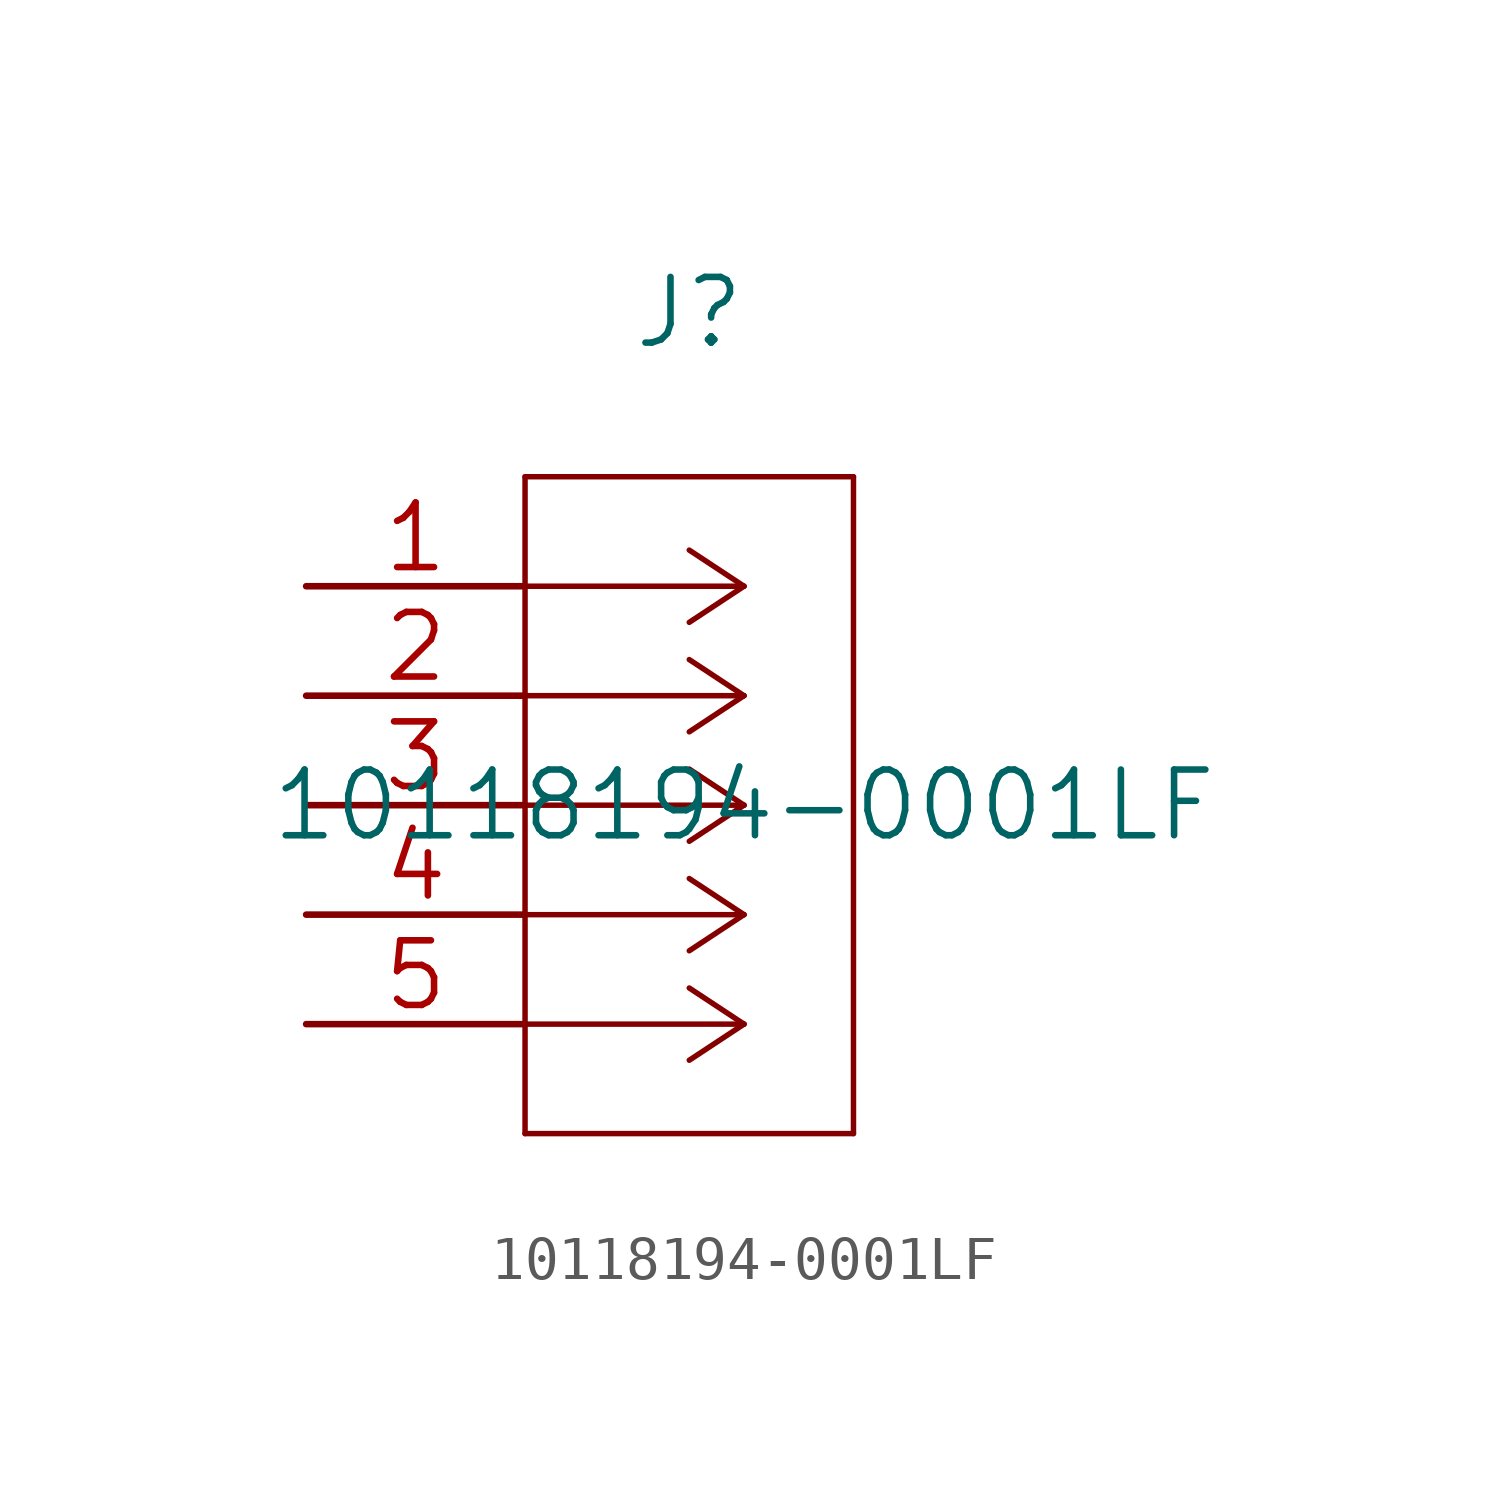
<source format=kicad_sym>
(kicad_symbol_lib
  (version 20201005)
  (generator kicad_symbol_editor)
  (symbol "10118194-0001LF"
    (pin_names
      (offset 0.254) hide)
    (property "Reference" "J"
      (at 8.89 6.35 0)
      (effects (font (size 1.524 1.524))))
    (property "Value" "10118194-0001LF"
      (at 10.16 -5.08 0)
      (effects (font (size 1.524 1.524))))
    (property "Datasheet" ""
      (at 0 0 0)
      (effects (font (size 1.524 1.524))))
    (property "ki_locked" ""
      (at 0 0 0)
      (effects (font (size 1.27 1.27))))
    (symbol "10118194-0001LF_1_1"
      (polyline (pts (xy 5.08 -12.7) (xy 12.7 -12.7)) (stroke (width 0.127)) (fill (type none)))
      (polyline (pts (xy 5.08 2.54) (xy 5.08 -12.7)) (stroke (width 0.127)) (fill (type none)))
      (polyline (pts (xy 10.16 -10.16) (xy 5.08 -10.16)) (stroke (width 0.127)) (fill (type none)))
      (polyline (pts (xy 10.16 -10.16) (xy 8.89 -10.998)) (stroke (width 0.127)) (fill (type none)))
      (polyline (pts (xy 10.16 -10.16) (xy 8.89 -9.322)) (stroke (width 0.127)) (fill (type none)))
      (polyline (pts (xy 10.16 -7.62) (xy 5.08 -7.62)) (stroke (width 0.127)) (fill (type none)))
      (polyline (pts (xy 10.16 -7.62) (xy 8.89 -8.458)) (stroke (width 0.127)) (fill (type none)))
      (polyline (pts (xy 10.16 -7.62) (xy 8.89 -6.782)) (stroke (width 0.127)) (fill (type none)))
      (polyline (pts (xy 10.16 -5.08) (xy 5.08 -5.08)) (stroke (width 0.127)) (fill (type none)))
      (polyline (pts (xy 10.16 -5.08) (xy 8.89 -5.918)) (stroke (width 0.127)) (fill (type none)))
      (polyline (pts (xy 10.16 -5.08) (xy 8.89 -4.242)) (stroke (width 0.127)) (fill (type none)))
      (polyline (pts (xy 10.16 -2.54) (xy 5.08 -2.54)) (stroke (width 0.127)) (fill (type none)))
      (polyline (pts (xy 10.16 -2.54) (xy 8.89 -3.378)) (stroke (width 0.127)) (fill (type none)))
      (polyline (pts (xy 10.16 -2.54) (xy 8.89 -1.702)) (stroke (width 0.127)) (fill (type none)))
      (polyline (pts (xy 10.16 0) (xy 5.08 0)) (stroke (width 0.127)) (fill (type none)))
      (polyline (pts (xy 10.16 0) (xy 8.89 -0.838)) (stroke (width 0.127)) (fill (type none)))
      (polyline (pts (xy 10.16 0) (xy 8.89 0.838)) (stroke (width 0.127)) (fill (type none)))
      (polyline (pts (xy 12.7 -12.7) (xy 12.7 2.54)) (stroke (width 0.127)) (fill (type none)))
      (polyline (pts (xy 12.7 2.54) (xy 5.08 2.54)) (stroke (width 0.127)) (fill (type none)))
      (pin power_out line (at 0 0 0) (length 5.08) (name "VCC" (effects (font (size 1.499 1.499)))) (number "1" (effects (font (size 1.499 1.499)))))
      (pin bidirectional line (at 0 -2.54 0) (length 5.08) (name "D-" (effects (font (size 1.499 1.499)))) (number "2" (effects (font (size 1.499 1.499)))))
      (pin bidirectional line (at 0 -5.08 0) (length 5.08) (name "D+" (effects (font (size 1.499 1.499)))) (number "3" (effects (font (size 1.499 1.499)))))
      (pin unspecified line (at 0 -7.62 0) (length 5.08) (name "ID" (effects (font (size 1.499 1.499)))) (number "4" (effects (font (size 1.499 1.499)))))
      (pin power_out line (at 0 -10.16 0) (length 5.08) (name "GND" (effects (font (size 1.499 1.499)))) (number "5" (effects (font (size 1.499 1.499))))))))
</source>
